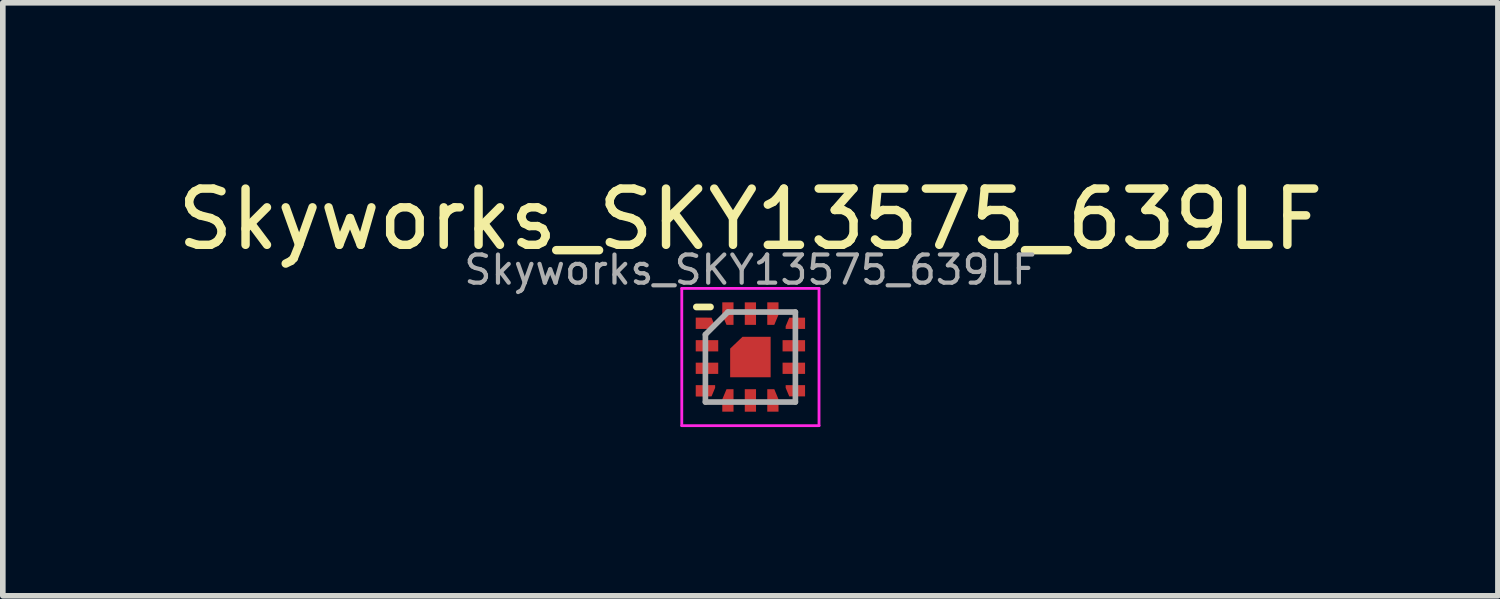
<source format=kicad_pcb>
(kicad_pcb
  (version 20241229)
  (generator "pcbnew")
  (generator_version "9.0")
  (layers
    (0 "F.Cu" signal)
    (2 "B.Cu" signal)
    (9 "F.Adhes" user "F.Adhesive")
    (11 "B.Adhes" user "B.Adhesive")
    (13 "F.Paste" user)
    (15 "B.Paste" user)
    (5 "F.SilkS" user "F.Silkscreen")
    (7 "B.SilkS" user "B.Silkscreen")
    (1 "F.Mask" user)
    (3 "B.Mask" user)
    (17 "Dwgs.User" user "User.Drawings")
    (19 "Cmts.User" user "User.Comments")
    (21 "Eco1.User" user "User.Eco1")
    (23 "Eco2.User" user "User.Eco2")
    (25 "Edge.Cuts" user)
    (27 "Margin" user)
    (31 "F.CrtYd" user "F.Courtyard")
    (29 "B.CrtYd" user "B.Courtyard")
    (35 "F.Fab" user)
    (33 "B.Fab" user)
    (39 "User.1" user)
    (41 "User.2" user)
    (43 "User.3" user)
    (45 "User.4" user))
  (footprint "Skyworks_SKY13575_639LF"
    (layer "F.Cu")
    (at 10.292 3.298)
    (property "Reference" "Skyworks_SKY13575_639LF" (at 0 -2.45 0) (layer "F.SilkS") (effects (font (size 1 1) (thickness 0.15))))
    (attr smd)
    (fp_line (start -0.96 -0.89) (end -0.71 -0.89) (stroke (width 0.12) (type solid)) (layer "F.SilkS"))
    (fp_line (start -1.22 -1.22) (end -1.22 1.22) (stroke (width 0.05) (type solid)) (layer "F.CrtYd"))
    (fp_line (start -1.22 1.22) (end 1.22 1.22) (stroke (width 0.05) (type solid)) (layer "F.CrtYd"))
    (fp_line (start 1.22 -1.22) (end -1.22 -1.22) (stroke (width 0.05) (type solid)) (layer "F.CrtYd"))
    (fp_line (start 1.22 1.22) (end 1.22 -1.22) (stroke (width 0.05) (type solid)) (layer "F.CrtYd"))
    (fp_line (start -0.8 -0.4) (end -0.8 0.8) (stroke (width 0.1) (type solid)) (layer "F.Fab"))
    (fp_line (start -0.8 0.8) (end 0.8 0.8) (stroke (width 0.1) (type solid)) (layer "F.Fab"))
    (fp_line (start -0.4 -0.8) (end -0.8 -0.4) (stroke (width 0.1) (type solid)) (layer "F.Fab"))
    (fp_line (start 0.8 -0.8) (end -0.4 -0.8) (stroke (width 0.1) (type solid)) (layer "F.Fab"))
    (fp_line (start 0.8 0.8) (end 0.8 -0.8) (stroke (width 0.1) (type solid)) (layer "F.Fab"))
    (fp_text user "${REFERENCE}" (at 0 -1.55 0) (layer "F.Fab") (effects (font (size 0.5 0.5) (thickness 0.075))))
    (pad "" smd rect (at -0.185 0.185) (size 0.29 0.29) (layers "F.Paste"))
    (pad "" smd custom (at -0.17 -0.17) (size 0.1 0.1) (layers "F.Paste") (options (anchor rect)) (primitives (gr_poly (pts (xy 0.13 0.13) (xy -0.16 0.13) (xy -0.16 0.03) (xy 0.04 -0.16) (xy 0.13 -0.16)) (width 0) (fill yes))))
    (pad "" smd rect (at 0.185 -0.185) (size 0.29 0.29) (layers "F.Paste"))
    (pad "" smd rect (at 0.185 0.185) (size 0.29 0.29) (layers "F.Paste"))
    (pad "1" smd custom (at -0.866 -0.601) (size 0.2 0.2) (layers "F.Cu" "F.Mask" "F.Paste") (options (anchor rect)) (primitives (gr_poly (pts (xy 0.239 0.053) (xy 0.239 0.101) (xy -0.106 0.101) (xy -0.106 -0.099) (xy 0.175 -0.099)) (width 0) (fill yes))))
    (pad "2" smd rect (at -0.772 -0.2) (size 0.4 0.2) (layers "F.Cu" "F.Mask" "F.Paste"))
    (pad "3" smd rect (at -0.772 0.2) (size 0.4 0.2) (layers "F.Cu" "F.Mask" "F.Paste"))
    (pad "4" smd custom (at -0.866 0.602) (size 0.2 0.2) (layers "F.Cu" "F.Mask" "F.Paste") (options (anchor rect)) (primitives (gr_poly (pts (xy 0.239 -0.054) (xy 0.175 0.098) (xy -0.106 0.098) (xy -0.106 -0.102) (xy 0.239 -0.102)) (width 0) (fill yes))))
    (pad "5" smd custom (at -0.4 0.871) (size 0.19 0.2) (layers "F.Cu" "F.Mask" "F.Paste") (options (anchor rect)) (primitives (gr_poly (pts (xy 0.1 0.101) (xy -0.1 0.101) (xy -0.1 -0.119) (xy -0.025 -0.299) (xy 0.1 -0.299)) (width 0) (fill yes))))
    (pad "6" smd rect (at 0 0.772 90) (size 0.4 0.2) (layers "F.Cu" "F.Mask" "F.Paste"))
    (pad "7" smd custom (at 0.4 0.87) (size 0.19 0.2) (layers "F.Cu" "F.Mask" "F.Paste") (options (anchor rect)) (primitives (gr_poly (pts (xy 0.1 -0.118) (xy 0.1 0.102) (xy -0.1 0.102) (xy -0.1 -0.298) (xy 0.025 -0.298)) (width 0) (fill yes))))
    (pad "8" smd custom (at 0.871 0.6) (size 0.2 0.2) (layers "F.Cu" "F.Mask" "F.Paste") (options (anchor rect)) (primitives (gr_poly (pts (xy 0.101 0.1) (xy -0.18 0.1) (xy -0.244 -0.052) (xy -0.244 -0.1) (xy 0.101 -0.1)) (width 0) (fill yes))))
    (pad "9" smd rect (at 0.772 0.2) (size 0.4 0.2) (layers "F.Cu" "F.Mask" "F.Paste"))
    (pad "10" smd rect (at 0.772 -0.2) (size 0.4 0.2) (layers "F.Cu" "F.Mask" "F.Paste"))
    (pad "11" smd custom (at 0.872 -0.6) (size 0.2 0.2) (layers "F.Cu" "F.Mask" "F.Paste") (options (anchor rect)) (primitives (gr_poly (pts (xy 0.1 0.1) (xy -0.245 0.1) (xy -0.245 0.052) (xy -0.181 -0.1) (xy 0.1 -0.1)) (width 0) (fill yes))))
    (pad "12" smd custom (at 0.398 -0.87) (size 0.19 0.2) (layers "F.Cu" "F.Mask" "F.Paste") (options (anchor rect)) (primitives (gr_poly (pts (xy 0.102 0.118) (xy 0.027 0.298) (xy -0.098 0.298) (xy -0.098 -0.102) (xy 0.102 -0.102)) (width 0) (fill yes))))
    (pad "13" smd rect (at 0 -0.772 90) (size 0.4 0.2) (layers "F.Cu" "F.Mask" "F.Paste"))
    (pad "14" smd custom (at -0.4 -0.869) (size 0.19 0.2) (layers "F.Cu" "F.Mask" "F.Paste") (options (anchor rect)) (primitives (gr_poly (pts (xy 0.1 0.297) (xy -0.025 0.297) (xy -0.1 0.117) (xy -0.1 -0.103) (xy 0.1 -0.103)) (width 0) (fill yes))))
    (pad "15" smd custom (at 0 0) (size 0.29 0.29) (layers "F.Cu" "F.Mask") (options (anchor rect)) (primitives (gr_poly (pts (xy 0.36 0.36) (xy -0.36 0.36) (xy -0.36 -0.15) (xy -0.14 -0.36) (xy 0.36 -0.36)) (width 0) (fill yes)))))
  (gr_rect
    (start -3 -3)
    (end 23.583 7.543)
    (stroke (width 0.1) (type default))
    (fill no)
    (layer "Edge.Cuts")))
</source>
